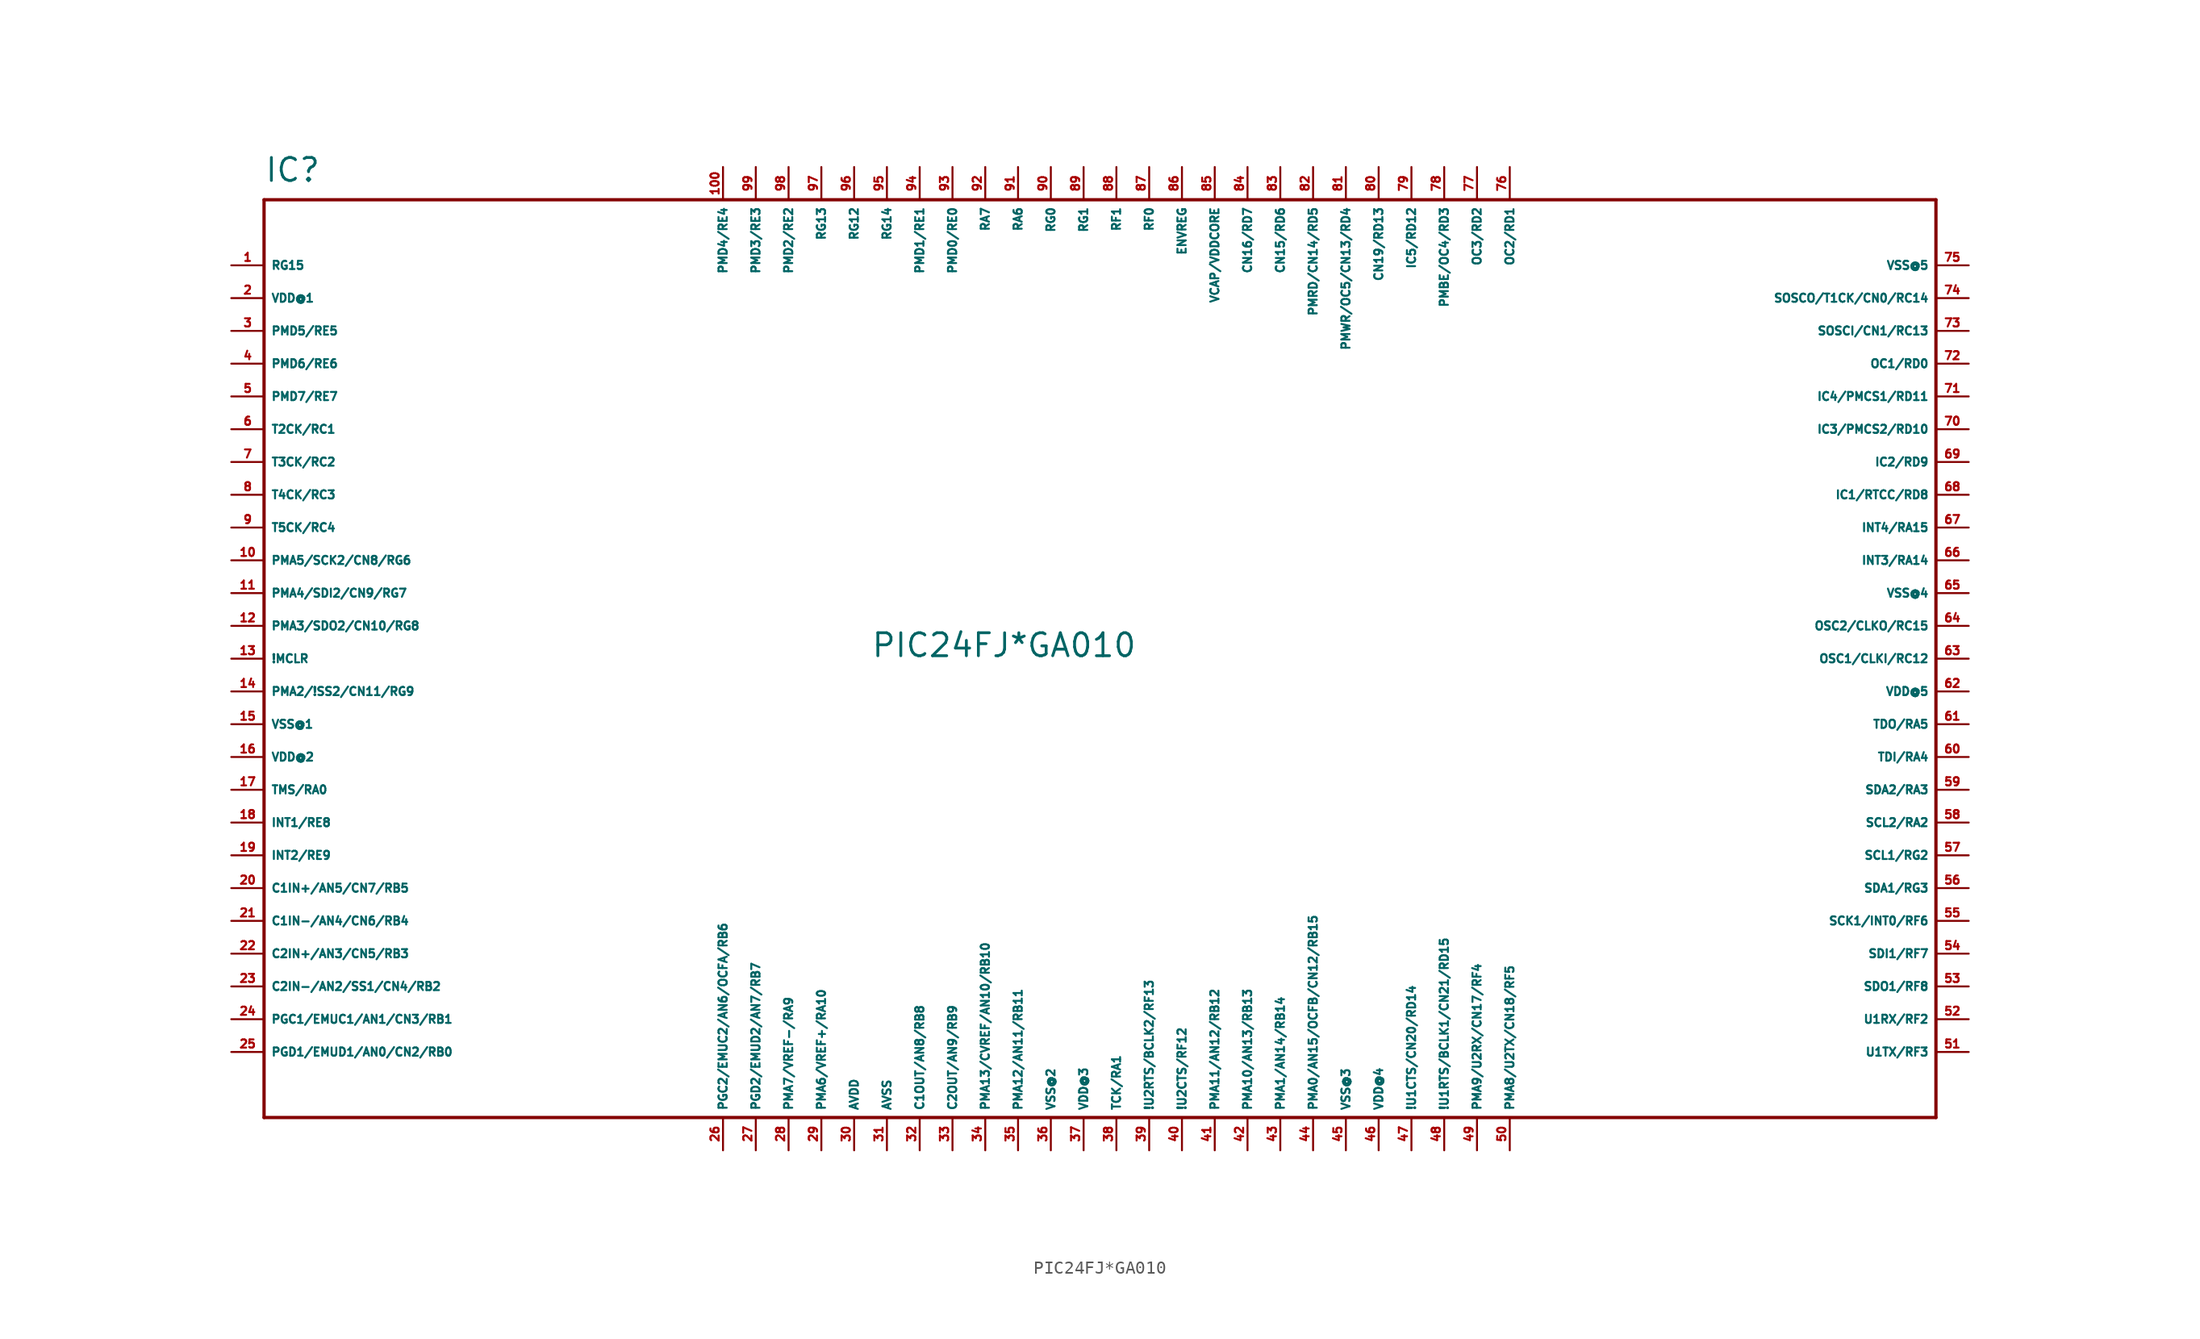
<source format=kicad_sym>
(kicad_symbol_lib
  (version 20220914)
  (generator Eagle2Kicad)
  (symbol "PIC24FJ*GA010"
    (property "Reference" "IC"
      (at -66.04 36.83 0)
      (effects (font (size 1.778 1.778) (thickness 0.22)) (justify left bottom)))
    (property "Value" "PIC24FJ*GA010"
      (at -19.05 0 0)
      (effects (font (size 1.778 1.778) (thickness 0.22)) (justify left bottom)))
    (polyline
      (pts (xy -66.04 35.56) (xy 63.5 35.56))
      (stroke (width 0.254) (type default))
      (fill (type none)))
    (polyline
      (pts (xy 63.5 35.56) (xy 63.5 -35.56))
      (stroke (width 0.254) (type default))
      (fill (type none)))
    (polyline
      (pts (xy 63.5 -35.56) (xy -66.04 -35.56))
      (stroke (width 0.254) (type default))
      (fill (type none)))
    (polyline
      (pts (xy -66.04 -35.56) (xy -66.04 35.56))
      (stroke (width 0.254) (type default))
      (fill (type none)))
    (pin bidirectional line
      (at -68.58 30.48 0)
      (length 2.54)
      (name "RG15" (effects (font (size 0.635 0.635) (thickness 0.08)) (justify left bottom)))
      (number "1" (effects (font (size 0.635 0.635) (thickness 0.08)) (justify left bottom))))
    (pin unspecified line
      (at -68.58 27.94 0)
      (length 2.54)
      (name "VDD@1" (effects (font (size 0.635 0.635) (thickness 0.08)) (justify left bottom)))
      (number "2" (effects (font (size 0.635 0.635) (thickness 0.08)) (justify left bottom))))
    (pin bidirectional line
      (at -68.58 25.4 0)
      (length 2.54)
      (name "PMD5/RE5" (effects (font (size 0.635 0.635) (thickness 0.08)) (justify left bottom)))
      (number "3" (effects (font (size 0.635 0.635) (thickness 0.08)) (justify left bottom))))
    (pin bidirectional line
      (at -68.58 22.86 0)
      (length 2.54)
      (name "PMD6/RE6" (effects (font (size 0.635 0.635) (thickness 0.08)) (justify left bottom)))
      (number "4" (effects (font (size 0.635 0.635) (thickness 0.08)) (justify left bottom))))
    (pin bidirectional line
      (at -68.58 20.32 0)
      (length 2.54)
      (name "PMD7/RE7" (effects (font (size 0.635 0.635) (thickness 0.08)) (justify left bottom)))
      (number "5" (effects (font (size 0.635 0.635) (thickness 0.08)) (justify left bottom))))
    (pin bidirectional line
      (at -68.58 17.78 0)
      (length 2.54)
      (name "T2CK/RC1" (effects (font (size 0.635 0.635) (thickness 0.08)) (justify left bottom)))
      (number "6" (effects (font (size 0.635 0.635) (thickness 0.08)) (justify left bottom))))
    (pin bidirectional line
      (at -68.58 15.24 0)
      (length 2.54)
      (name "T3CK/RC2" (effects (font (size 0.635 0.635) (thickness 0.08)) (justify left bottom)))
      (number "7" (effects (font (size 0.635 0.635) (thickness 0.08)) (justify left bottom))))
    (pin bidirectional line
      (at -68.58 12.7 0)
      (length 2.54)
      (name "T4CK/RC3" (effects (font (size 0.635 0.635) (thickness 0.08)) (justify left bottom)))
      (number "8" (effects (font (size 0.635 0.635) (thickness 0.08)) (justify left bottom))))
    (pin bidirectional line
      (at -68.58 10.16 0)
      (length 2.54)
      (name "T5CK/RC4" (effects (font (size 0.635 0.635) (thickness 0.08)) (justify left bottom)))
      (number "9" (effects (font (size 0.635 0.635) (thickness 0.08)) (justify left bottom))))
    (pin bidirectional line
      (at -68.58 7.62 0)
      (length 2.54)
      (name "PMA5/SCK2/CN8/RG6" (effects (font (size 0.635 0.635) (thickness 0.08)) (justify left bottom)))
      (number "10" (effects (font (size 0.635 0.635) (thickness 0.08)) (justify left bottom))))
    (pin bidirectional line
      (at -68.58 5.08 0)
      (length 2.54)
      (name "PMA4/SDI2/CN9/RG7" (effects (font (size 0.635 0.635) (thickness 0.08)) (justify left bottom)))
      (number "11" (effects (font (size 0.635 0.635) (thickness 0.08)) (justify left bottom))))
    (pin bidirectional line
      (at -68.58 2.54 0)
      (length 2.54)
      (name "PMA3/SDO2/CN10/RG8" (effects (font (size 0.635 0.635) (thickness 0.08)) (justify left bottom)))
      (number "12" (effects (font (size 0.635 0.635) (thickness 0.08)) (justify left bottom))))
    (pin bidirectional line
      (at -68.58 0 0)
      (length 2.54)
      (name "!MCLR" (effects (font (size 0.635 0.635) (thickness 0.08)) (justify left bottom)))
      (number "13" (effects (font (size 0.635 0.635) (thickness 0.08)) (justify left bottom))))
    (pin bidirectional line
      (at -68.58 -2.54 0)
      (length 2.54)
      (name "PMA2/!SS2/CN11/RG9" (effects (font (size 0.635 0.635) (thickness 0.08)) (justify left bottom)))
      (number "14" (effects (font (size 0.635 0.635) (thickness 0.08)) (justify left bottom))))
    (pin unspecified line
      (at -68.58 -5.08 0)
      (length 2.54)
      (name "VSS@1" (effects (font (size 0.635 0.635) (thickness 0.08)) (justify left bottom)))
      (number "15" (effects (font (size 0.635 0.635) (thickness 0.08)) (justify left bottom))))
    (pin unspecified line
      (at -68.58 -7.62 0)
      (length 2.54)
      (name "VDD@2" (effects (font (size 0.635 0.635) (thickness 0.08)) (justify left bottom)))
      (number "16" (effects (font (size 0.635 0.635) (thickness 0.08)) (justify left bottom))))
    (pin bidirectional line
      (at -68.58 -10.16 0)
      (length 2.54)
      (name "TMS/RA0" (effects (font (size 0.635 0.635) (thickness 0.08)) (justify left bottom)))
      (number "17" (effects (font (size 0.635 0.635) (thickness 0.08)) (justify left bottom))))
    (pin bidirectional line
      (at -68.58 -12.7 0)
      (length 2.54)
      (name "INT1/RE8" (effects (font (size 0.635 0.635) (thickness 0.08)) (justify left bottom)))
      (number "18" (effects (font (size 0.635 0.635) (thickness 0.08)) (justify left bottom))))
    (pin bidirectional line
      (at -68.58 -15.24 0)
      (length 2.54)
      (name "INT2/RE9" (effects (font (size 0.635 0.635) (thickness 0.08)) (justify left bottom)))
      (number "19" (effects (font (size 0.635 0.635) (thickness 0.08)) (justify left bottom))))
    (pin bidirectional line
      (at -68.58 -17.78 0)
      (length 2.54)
      (name "C1IN+/AN5/CN7/RB5" (effects (font (size 0.635 0.635) (thickness 0.08)) (justify left bottom)))
      (number "20" (effects (font (size 0.635 0.635) (thickness 0.08)) (justify left bottom))))
    (pin bidirectional line
      (at -68.58 -20.32 0)
      (length 2.54)
      (name "C1IN-/AN4/CN6/RB4" (effects (font (size 0.635 0.635) (thickness 0.08)) (justify left bottom)))
      (number "21" (effects (font (size 0.635 0.635) (thickness 0.08)) (justify left bottom))))
    (pin bidirectional line
      (at -68.58 -22.86 0)
      (length 2.54)
      (name "C2IN+/AN3/CN5/RB3" (effects (font (size 0.635 0.635) (thickness 0.08)) (justify left bottom)))
      (number "22" (effects (font (size 0.635 0.635) (thickness 0.08)) (justify left bottom))))
    (pin bidirectional line
      (at -68.58 -25.4 0)
      (length 2.54)
      (name "C2IN-/AN2/SS1/CN4/RB2" (effects (font (size 0.635 0.635) (thickness 0.08)) (justify left bottom)))
      (number "23" (effects (font (size 0.635 0.635) (thickness 0.08)) (justify left bottom))))
    (pin bidirectional line
      (at -68.58 -27.94 0)
      (length 2.54)
      (name "PGC1/EMUC1/AN1/CN3/RB1" (effects (font (size 0.635 0.635) (thickness 0.08)) (justify left bottom)))
      (number "24" (effects (font (size 0.635 0.635) (thickness 0.08)) (justify left bottom))))
    (pin bidirectional line
      (at -68.58 -30.48 0)
      (length 2.54)
      (name "PGD1/EMUD1/AN0/CN2/RB0" (effects (font (size 0.635 0.635) (thickness 0.08)) (justify left bottom)))
      (number "25" (effects (font (size 0.635 0.635) (thickness 0.08)) (justify left bottom))))
    (pin bidirectional line
      (at -30.48 -38.1 90)
      (length 2.54)
      (name "PGC2/EMUC2/AN6/OCFA/RB6" (effects (font (size 0.635 0.635) (thickness 0.08)) (justify left bottom)))
      (number "26" (effects (font (size 0.635 0.635) (thickness 0.08)) (justify left bottom))))
    (pin bidirectional line
      (at -27.94 -38.1 90)
      (length 2.54)
      (name "PGD2/EMUD2/AN7/RB7" (effects (font (size 0.635 0.635) (thickness 0.08)) (justify left bottom)))
      (number "27" (effects (font (size 0.635 0.635) (thickness 0.08)) (justify left bottom))))
    (pin bidirectional line
      (at -25.4 -38.1 90)
      (length 2.54)
      (name "PMA7/VREF-/RA9" (effects (font (size 0.635 0.635) (thickness 0.08)) (justify left bottom)))
      (number "28" (effects (font (size 0.635 0.635) (thickness 0.08)) (justify left bottom))))
    (pin bidirectional line
      (at -22.86 -38.1 90)
      (length 2.54)
      (name "PMA6/VREF+/RA10" (effects (font (size 0.635 0.635) (thickness 0.08)) (justify left bottom)))
      (number "29" (effects (font (size 0.635 0.635) (thickness 0.08)) (justify left bottom))))
    (pin unspecified line
      (at -20.32 -38.1 90)
      (length 2.54)
      (name "AVDD" (effects (font (size 0.635 0.635) (thickness 0.08)) (justify left bottom)))
      (number "30" (effects (font (size 0.635 0.635) (thickness 0.08)) (justify left bottom))))
    (pin unspecified line
      (at -17.78 -38.1 90)
      (length 2.54)
      (name "AVSS" (effects (font (size 0.635 0.635) (thickness 0.08)) (justify left bottom)))
      (number "31" (effects (font (size 0.635 0.635) (thickness 0.08)) (justify left bottom))))
    (pin bidirectional line
      (at -15.24 -38.1 90)
      (length 2.54)
      (name "C1OUT/AN8/RB8" (effects (font (size 0.635 0.635) (thickness 0.08)) (justify left bottom)))
      (number "32" (effects (font (size 0.635 0.635) (thickness 0.08)) (justify left bottom))))
    (pin bidirectional line
      (at -12.7 -38.1 90)
      (length 2.54)
      (name "C2OUT/AN9/RB9" (effects (font (size 0.635 0.635) (thickness 0.08)) (justify left bottom)))
      (number "33" (effects (font (size 0.635 0.635) (thickness 0.08)) (justify left bottom))))
    (pin bidirectional line
      (at -10.16 -38.1 90)
      (length 2.54)
      (name "PMA13/CVREF/AN10/RB10" (effects (font (size 0.635 0.635) (thickness 0.08)) (justify left bottom)))
      (number "34" (effects (font (size 0.635 0.635) (thickness 0.08)) (justify left bottom))))
    (pin bidirectional line
      (at -7.62 -38.1 90)
      (length 2.54)
      (name "PMA12/AN11/RB11" (effects (font (size 0.635 0.635) (thickness 0.08)) (justify left bottom)))
      (number "35" (effects (font (size 0.635 0.635) (thickness 0.08)) (justify left bottom))))
    (pin unspecified line
      (at -5.08 -38.1 90)
      (length 2.54)
      (name "VSS@2" (effects (font (size 0.635 0.635) (thickness 0.08)) (justify left bottom)))
      (number "36" (effects (font (size 0.635 0.635) (thickness 0.08)) (justify left bottom))))
    (pin unspecified line
      (at -2.54 -38.1 90)
      (length 2.54)
      (name "VDD@3" (effects (font (size 0.635 0.635) (thickness 0.08)) (justify left bottom)))
      (number "37" (effects (font (size 0.635 0.635) (thickness 0.08)) (justify left bottom))))
    (pin bidirectional line
      (at 0 -38.1 90)
      (length 2.54)
      (name "TCK/RA1" (effects (font (size 0.635 0.635) (thickness 0.08)) (justify left bottom)))
      (number "38" (effects (font (size 0.635 0.635) (thickness 0.08)) (justify left bottom))))
    (pin bidirectional line
      (at 2.54 -38.1 90)
      (length 2.54)
      (name "!U2RTS/BCLK2/RF13" (effects (font (size 0.635 0.635) (thickness 0.08)) (justify left bottom)))
      (number "39" (effects (font (size 0.635 0.635) (thickness 0.08)) (justify left bottom))))
    (pin bidirectional line
      (at 5.08 -38.1 90)
      (length 2.54)
      (name "!U2CTS/RF12" (effects (font (size 0.635 0.635) (thickness 0.08)) (justify left bottom)))
      (number "40" (effects (font (size 0.635 0.635) (thickness 0.08)) (justify left bottom))))
    (pin bidirectional line
      (at 7.62 -38.1 90)
      (length 2.54)
      (name "PMA11/AN12/RB12" (effects (font (size 0.635 0.635) (thickness 0.08)) (justify left bottom)))
      (number "41" (effects (font (size 0.635 0.635) (thickness 0.08)) (justify left bottom))))
    (pin bidirectional line
      (at 10.16 -38.1 90)
      (length 2.54)
      (name "PMA10/AN13/RB13" (effects (font (size 0.635 0.635) (thickness 0.08)) (justify left bottom)))
      (number "42" (effects (font (size 0.635 0.635) (thickness 0.08)) (justify left bottom))))
    (pin bidirectional line
      (at 12.7 -38.1 90)
      (length 2.54)
      (name "PMA1/AN14/RB14" (effects (font (size 0.635 0.635) (thickness 0.08)) (justify left bottom)))
      (number "43" (effects (font (size 0.635 0.635) (thickness 0.08)) (justify left bottom))))
    (pin bidirectional line
      (at 15.24 -38.1 90)
      (length 2.54)
      (name "PMA0/AN15/OCFB/CN12/RB15" (effects (font (size 0.635 0.635) (thickness 0.08)) (justify left bottom)))
      (number "44" (effects (font (size 0.635 0.635) (thickness 0.08)) (justify left bottom))))
    (pin unspecified line
      (at 17.78 -38.1 90)
      (length 2.54)
      (name "VSS@3" (effects (font (size 0.635 0.635) (thickness 0.08)) (justify left bottom)))
      (number "45" (effects (font (size 0.635 0.635) (thickness 0.08)) (justify left bottom))))
    (pin unspecified line
      (at 20.32 -38.1 90)
      (length 2.54)
      (name "VDD@4" (effects (font (size 0.635 0.635) (thickness 0.08)) (justify left bottom)))
      (number "46" (effects (font (size 0.635 0.635) (thickness 0.08)) (justify left bottom))))
    (pin bidirectional line
      (at 22.86 -38.1 90)
      (length 2.54)
      (name "!U1CTS/CN20/RD14" (effects (font (size 0.635 0.635) (thickness 0.08)) (justify left bottom)))
      (number "47" (effects (font (size 0.635 0.635) (thickness 0.08)) (justify left bottom))))
    (pin bidirectional line
      (at 25.4 -38.1 90)
      (length 2.54)
      (name "!U1RTS/BCLK1/CN21/RD15" (effects (font (size 0.635 0.635) (thickness 0.08)) (justify left bottom)))
      (number "48" (effects (font (size 0.635 0.635) (thickness 0.08)) (justify left bottom))))
    (pin bidirectional line
      (at 27.94 -38.1 90)
      (length 2.54)
      (name "PMA9/U2RX/CN17/RF4" (effects (font (size 0.635 0.635) (thickness 0.08)) (justify left bottom)))
      (number "49" (effects (font (size 0.635 0.635) (thickness 0.08)) (justify left bottom))))
    (pin bidirectional line
      (at 30.48 -38.1 90)
      (length 2.54)
      (name "PMA8/U2TX/CN18/RF5" (effects (font (size 0.635 0.635) (thickness 0.08)) (justify left bottom)))
      (number "50" (effects (font (size 0.635 0.635) (thickness 0.08)) (justify left bottom))))
    (pin bidirectional line
      (at 66.04 -30.48 180)
      (length 2.54)
      (name "U1TX/RF3" (effects (font (size 0.635 0.635) (thickness 0.08)) (justify left bottom)))
      (number "51" (effects (font (size 0.635 0.635) (thickness 0.08)) (justify left bottom))))
    (pin bidirectional line
      (at 66.04 -27.94 180)
      (length 2.54)
      (name "U1RX/RF2" (effects (font (size 0.635 0.635) (thickness 0.08)) (justify left bottom)))
      (number "52" (effects (font (size 0.635 0.635) (thickness 0.08)) (justify left bottom))))
    (pin bidirectional line
      (at 66.04 -25.4 180)
      (length 2.54)
      (name "SDO1/RF8" (effects (font (size 0.635 0.635) (thickness 0.08)) (justify left bottom)))
      (number "53" (effects (font (size 0.635 0.635) (thickness 0.08)) (justify left bottom))))
    (pin bidirectional line
      (at 66.04 -22.86 180)
      (length 2.54)
      (name "SDI1/RF7" (effects (font (size 0.635 0.635) (thickness 0.08)) (justify left bottom)))
      (number "54" (effects (font (size 0.635 0.635) (thickness 0.08)) (justify left bottom))))
    (pin bidirectional line
      (at 66.04 -20.32 180)
      (length 2.54)
      (name "SCK1/INT0/RF6" (effects (font (size 0.635 0.635) (thickness 0.08)) (justify left bottom)))
      (number "55" (effects (font (size 0.635 0.635) (thickness 0.08)) (justify left bottom))))
    (pin bidirectional line
      (at 66.04 -17.78 180)
      (length 2.54)
      (name "SDA1/RG3" (effects (font (size 0.635 0.635) (thickness 0.08)) (justify left bottom)))
      (number "56" (effects (font (size 0.635 0.635) (thickness 0.08)) (justify left bottom))))
    (pin bidirectional line
      (at 66.04 -15.24 180)
      (length 2.54)
      (name "SCL1/RG2" (effects (font (size 0.635 0.635) (thickness 0.08)) (justify left bottom)))
      (number "57" (effects (font (size 0.635 0.635) (thickness 0.08)) (justify left bottom))))
    (pin bidirectional line
      (at 66.04 -12.7 180)
      (length 2.54)
      (name "SCL2/RA2" (effects (font (size 0.635 0.635) (thickness 0.08)) (justify left bottom)))
      (number "58" (effects (font (size 0.635 0.635) (thickness 0.08)) (justify left bottom))))
    (pin bidirectional line
      (at 66.04 -10.16 180)
      (length 2.54)
      (name "SDA2/RA3" (effects (font (size 0.635 0.635) (thickness 0.08)) (justify left bottom)))
      (number "59" (effects (font (size 0.635 0.635) (thickness 0.08)) (justify left bottom))))
    (pin bidirectional line
      (at 66.04 -7.62 180)
      (length 2.54)
      (name "TDI/RA4" (effects (font (size 0.635 0.635) (thickness 0.08)) (justify left bottom)))
      (number "60" (effects (font (size 0.635 0.635) (thickness 0.08)) (justify left bottom))))
    (pin bidirectional line
      (at 66.04 -5.08 180)
      (length 2.54)
      (name "TDO/RA5" (effects (font (size 0.635 0.635) (thickness 0.08)) (justify left bottom)))
      (number "61" (effects (font (size 0.635 0.635) (thickness 0.08)) (justify left bottom))))
    (pin unspecified line
      (at 66.04 -2.54 180)
      (length 2.54)
      (name "VDD@5" (effects (font (size 0.635 0.635) (thickness 0.08)) (justify left bottom)))
      (number "62" (effects (font (size 0.635 0.635) (thickness 0.08)) (justify left bottom))))
    (pin bidirectional line
      (at 66.04 0 180)
      (length 2.54)
      (name "OSC1/CLKI/RC12" (effects (font (size 0.635 0.635) (thickness 0.08)) (justify left bottom)))
      (number "63" (effects (font (size 0.635 0.635) (thickness 0.08)) (justify left bottom))))
    (pin bidirectional line
      (at 66.04 2.54 180)
      (length 2.54)
      (name "OSC2/CLKO/RC15" (effects (font (size 0.635 0.635) (thickness 0.08)) (justify left bottom)))
      (number "64" (effects (font (size 0.635 0.635) (thickness 0.08)) (justify left bottom))))
    (pin unspecified line
      (at 66.04 5.08 180)
      (length 2.54)
      (name "VSS@4" (effects (font (size 0.635 0.635) (thickness 0.08)) (justify left bottom)))
      (number "65" (effects (font (size 0.635 0.635) (thickness 0.08)) (justify left bottom))))
    (pin bidirectional line
      (at 66.04 7.62 180)
      (length 2.54)
      (name "INT3/RA14" (effects (font (size 0.635 0.635) (thickness 0.08)) (justify left bottom)))
      (number "66" (effects (font (size 0.635 0.635) (thickness 0.08)) (justify left bottom))))
    (pin bidirectional line
      (at 66.04 10.16 180)
      (length 2.54)
      (name "INT4/RA15" (effects (font (size 0.635 0.635) (thickness 0.08)) (justify left bottom)))
      (number "67" (effects (font (size 0.635 0.635) (thickness 0.08)) (justify left bottom))))
    (pin bidirectional line
      (at 66.04 12.7 180)
      (length 2.54)
      (name "IC1/RTCC/RD8" (effects (font (size 0.635 0.635) (thickness 0.08)) (justify left bottom)))
      (number "68" (effects (font (size 0.635 0.635) (thickness 0.08)) (justify left bottom))))
    (pin bidirectional line
      (at 66.04 15.24 180)
      (length 2.54)
      (name "IC2/RD9" (effects (font (size 0.635 0.635) (thickness 0.08)) (justify left bottom)))
      (number "69" (effects (font (size 0.635 0.635) (thickness 0.08)) (justify left bottom))))
    (pin bidirectional line
      (at 66.04 17.78 180)
      (length 2.54)
      (name "IC3/PMCS2/RD10" (effects (font (size 0.635 0.635) (thickness 0.08)) (justify left bottom)))
      (number "70" (effects (font (size 0.635 0.635) (thickness 0.08)) (justify left bottom))))
    (pin bidirectional line
      (at 66.04 20.32 180)
      (length 2.54)
      (name "IC4/PMCS1/RD11" (effects (font (size 0.635 0.635) (thickness 0.08)) (justify left bottom)))
      (number "71" (effects (font (size 0.635 0.635) (thickness 0.08)) (justify left bottom))))
    (pin bidirectional line
      (at 66.04 22.86 180)
      (length 2.54)
      (name "OC1/RD0" (effects (font (size 0.635 0.635) (thickness 0.08)) (justify left bottom)))
      (number "72" (effects (font (size 0.635 0.635) (thickness 0.08)) (justify left bottom))))
    (pin bidirectional line
      (at 66.04 25.4 180)
      (length 2.54)
      (name "SOSCI/CN1/RC13" (effects (font (size 0.635 0.635) (thickness 0.08)) (justify left bottom)))
      (number "73" (effects (font (size 0.635 0.635) (thickness 0.08)) (justify left bottom))))
    (pin bidirectional line
      (at 66.04 27.94 180)
      (length 2.54)
      (name "SOSCO/T1CK/CN0/RC14" (effects (font (size 0.635 0.635) (thickness 0.08)) (justify left bottom)))
      (number "74" (effects (font (size 0.635 0.635) (thickness 0.08)) (justify left bottom))))
    (pin unspecified line
      (at 66.04 30.48 180)
      (length 2.54)
      (name "VSS@5" (effects (font (size 0.635 0.635) (thickness 0.08)) (justify left bottom)))
      (number "75" (effects (font (size 0.635 0.635) (thickness 0.08)) (justify left bottom))))
    (pin bidirectional line
      (at 30.48 38.1 270)
      (length 2.54)
      (name "OC2/RD1" (effects (font (size 0.635 0.635) (thickness 0.08)) (justify left bottom)))
      (number "76" (effects (font (size 0.635 0.635) (thickness 0.08)) (justify left bottom))))
    (pin bidirectional line
      (at 27.94 38.1 270)
      (length 2.54)
      (name "OC3/RD2" (effects (font (size 0.635 0.635) (thickness 0.08)) (justify left bottom)))
      (number "77" (effects (font (size 0.635 0.635) (thickness 0.08)) (justify left bottom))))
    (pin bidirectional line
      (at 25.4 38.1 270)
      (length 2.54)
      (name "PMBE/OC4/RD3" (effects (font (size 0.635 0.635) (thickness 0.08)) (justify left bottom)))
      (number "78" (effects (font (size 0.635 0.635) (thickness 0.08)) (justify left bottom))))
    (pin bidirectional line
      (at 22.86 38.1 270)
      (length 2.54)
      (name "IC5/RD12" (effects (font (size 0.635 0.635) (thickness 0.08)) (justify left bottom)))
      (number "79" (effects (font (size 0.635 0.635) (thickness 0.08)) (justify left bottom))))
    (pin bidirectional line
      (at 20.32 38.1 270)
      (length 2.54)
      (name "CN19/RD13" (effects (font (size 0.635 0.635) (thickness 0.08)) (justify left bottom)))
      (number "80" (effects (font (size 0.635 0.635) (thickness 0.08)) (justify left bottom))))
    (pin bidirectional line
      (at 17.78 38.1 270)
      (length 2.54)
      (name "PMWR/OC5/CN13/RD4" (effects (font (size 0.635 0.635) (thickness 0.08)) (justify left bottom)))
      (number "81" (effects (font (size 0.635 0.635) (thickness 0.08)) (justify left bottom))))
    (pin bidirectional line
      (at 15.24 38.1 270)
      (length 2.54)
      (name "PMRD/CN14/RD5" (effects (font (size 0.635 0.635) (thickness 0.08)) (justify left bottom)))
      (number "82" (effects (font (size 0.635 0.635) (thickness 0.08)) (justify left bottom))))
    (pin bidirectional line
      (at 12.7 38.1 270)
      (length 2.54)
      (name "CN15/RD6" (effects (font (size 0.635 0.635) (thickness 0.08)) (justify left bottom)))
      (number "83" (effects (font (size 0.635 0.635) (thickness 0.08)) (justify left bottom))))
    (pin bidirectional line
      (at 10.16 38.1 270)
      (length 2.54)
      (name "CN16/RD7" (effects (font (size 0.635 0.635) (thickness 0.08)) (justify left bottom)))
      (number "84" (effects (font (size 0.635 0.635) (thickness 0.08)) (justify left bottom))))
    (pin bidirectional line
      (at 7.62 38.1 270)
      (length 2.54)
      (name "VCAP/VDDCORE" (effects (font (size 0.635 0.635) (thickness 0.08)) (justify left bottom)))
      (number "85" (effects (font (size 0.635 0.635) (thickness 0.08)) (justify left bottom))))
    (pin bidirectional line
      (at 5.08 38.1 270)
      (length 2.54)
      (name "ENVREG" (effects (font (size 0.635 0.635) (thickness 0.08)) (justify left bottom)))
      (number "86" (effects (font (size 0.635 0.635) (thickness 0.08)) (justify left bottom))))
    (pin bidirectional line
      (at 2.54 38.1 270)
      (length 2.54)
      (name "RF0" (effects (font (size 0.635 0.635) (thickness 0.08)) (justify left bottom)))
      (number "87" (effects (font (size 0.635 0.635) (thickness 0.08)) (justify left bottom))))
    (pin bidirectional line
      (at 0 38.1 270)
      (length 2.54)
      (name "RF1" (effects (font (size 0.635 0.635) (thickness 0.08)) (justify left bottom)))
      (number "88" (effects (font (size 0.635 0.635) (thickness 0.08)) (justify left bottom))))
    (pin bidirectional line
      (at -2.54 38.1 270)
      (length 2.54)
      (name "RG1" (effects (font (size 0.635 0.635) (thickness 0.08)) (justify left bottom)))
      (number "89" (effects (font (size 0.635 0.635) (thickness 0.08)) (justify left bottom))))
    (pin bidirectional line
      (at -5.08 38.1 270)
      (length 2.54)
      (name "RG0" (effects (font (size 0.635 0.635) (thickness 0.08)) (justify left bottom)))
      (number "90" (effects (font (size 0.635 0.635) (thickness 0.08)) (justify left bottom))))
    (pin bidirectional line
      (at -7.62 38.1 270)
      (length 2.54)
      (name "RA6" (effects (font (size 0.635 0.635) (thickness 0.08)) (justify left bottom)))
      (number "91" (effects (font (size 0.635 0.635) (thickness 0.08)) (justify left bottom))))
    (pin bidirectional line
      (at -10.16 38.1 270)
      (length 2.54)
      (name "RA7" (effects (font (size 0.635 0.635) (thickness 0.08)) (justify left bottom)))
      (number "92" (effects (font (size 0.635 0.635) (thickness 0.08)) (justify left bottom))))
    (pin bidirectional line
      (at -12.7 38.1 270)
      (length 2.54)
      (name "PMD0/RE0" (effects (font (size 0.635 0.635) (thickness 0.08)) (justify left bottom)))
      (number "93" (effects (font (size 0.635 0.635) (thickness 0.08)) (justify left bottom))))
    (pin bidirectional line
      (at -15.24 38.1 270)
      (length 2.54)
      (name "PMD1/RE1" (effects (font (size 0.635 0.635) (thickness 0.08)) (justify left bottom)))
      (number "94" (effects (font (size 0.635 0.635) (thickness 0.08)) (justify left bottom))))
    (pin bidirectional line
      (at -17.78 38.1 270)
      (length 2.54)
      (name "RG14" (effects (font (size 0.635 0.635) (thickness 0.08)) (justify left bottom)))
      (number "95" (effects (font (size 0.635 0.635) (thickness 0.08)) (justify left bottom))))
    (pin bidirectional line
      (at -20.32 38.1 270)
      (length 2.54)
      (name "RG12" (effects (font (size 0.635 0.635) (thickness 0.08)) (justify left bottom)))
      (number "96" (effects (font (size 0.635 0.635) (thickness 0.08)) (justify left bottom))))
    (pin bidirectional line
      (at -22.86 38.1 270)
      (length 2.54)
      (name "RG13" (effects (font (size 0.635 0.635) (thickness 0.08)) (justify left bottom)))
      (number "97" (effects (font (size 0.635 0.635) (thickness 0.08)) (justify left bottom))))
    (pin bidirectional line
      (at -25.4 38.1 270)
      (length 2.54)
      (name "PMD2/RE2" (effects (font (size 0.635 0.635) (thickness 0.08)) (justify left bottom)))
      (number "98" (effects (font (size 0.635 0.635) (thickness 0.08)) (justify left bottom))))
    (pin bidirectional line
      (at -27.94 38.1 270)
      (length 2.54)
      (name "PMD3/RE3" (effects (font (size 0.635 0.635) (thickness 0.08)) (justify left bottom)))
      (number "99" (effects (font (size 0.635 0.635) (thickness 0.08)) (justify left bottom))))
    (pin bidirectional line
      (at -30.48 38.1 270)
      (length 2.54)
      (name "PMD4/RE4" (effects (font (size 0.635 0.635) (thickness 0.08)) (justify left bottom)))
      (number "100" (effects (font (size 0.635 0.635) (thickness 0.08)) (justify left bottom))))))
</source>
